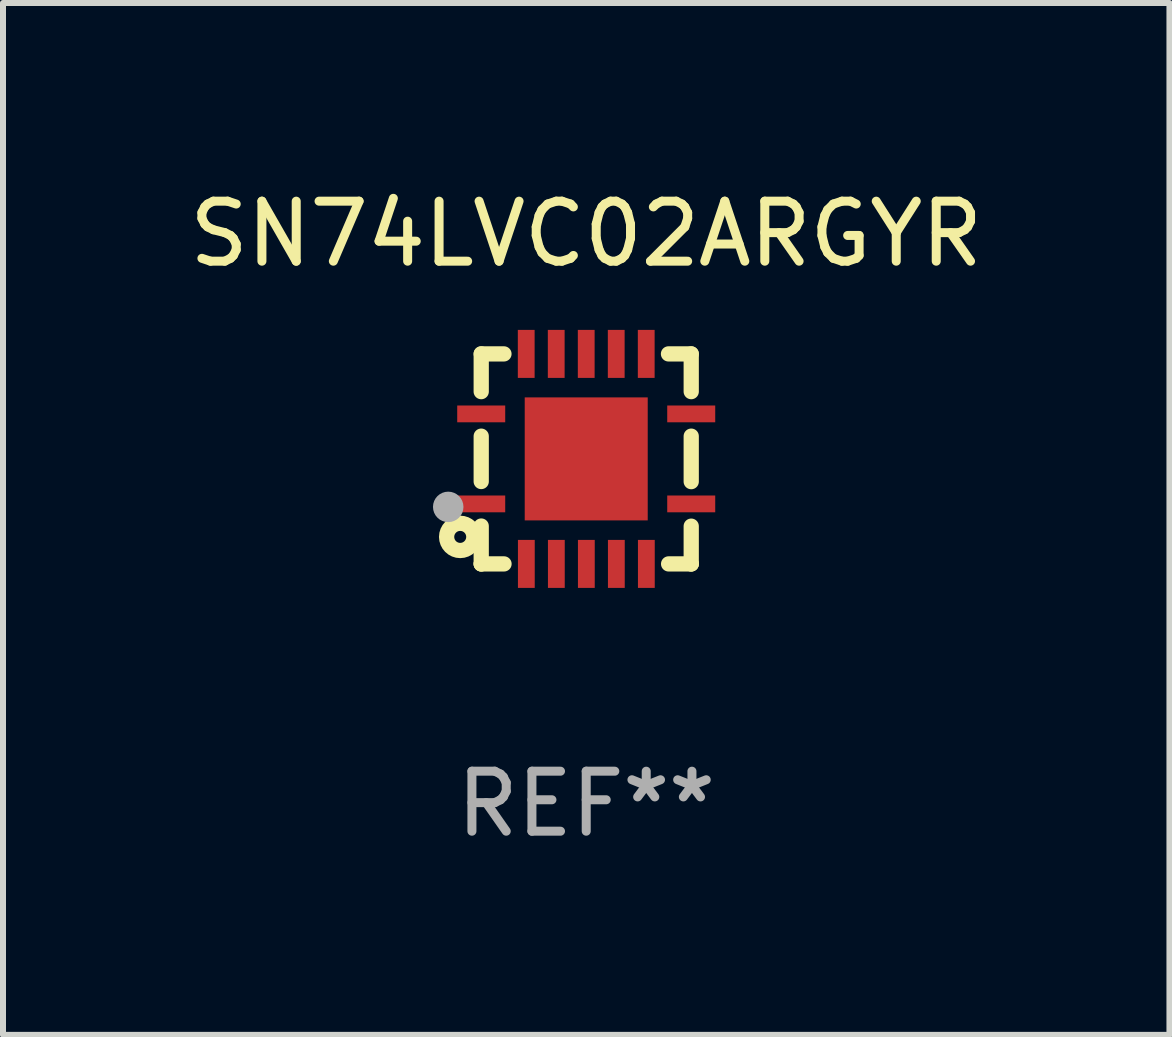
<source format=kicad_pcb>
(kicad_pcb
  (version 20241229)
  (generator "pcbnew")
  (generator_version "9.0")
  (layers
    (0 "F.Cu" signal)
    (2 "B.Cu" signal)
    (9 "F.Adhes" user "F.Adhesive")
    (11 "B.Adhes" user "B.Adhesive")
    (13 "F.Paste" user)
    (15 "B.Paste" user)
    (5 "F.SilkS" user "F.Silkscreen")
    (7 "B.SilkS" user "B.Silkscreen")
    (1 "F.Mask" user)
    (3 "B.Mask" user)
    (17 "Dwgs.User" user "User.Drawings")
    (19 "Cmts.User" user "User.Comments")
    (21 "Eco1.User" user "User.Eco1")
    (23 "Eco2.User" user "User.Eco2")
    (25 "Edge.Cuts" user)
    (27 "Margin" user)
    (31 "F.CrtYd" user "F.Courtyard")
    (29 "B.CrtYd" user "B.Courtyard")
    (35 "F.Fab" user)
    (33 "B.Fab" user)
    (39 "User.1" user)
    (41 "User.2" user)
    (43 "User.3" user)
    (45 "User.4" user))
  (footprint "SN74LVC02ARGYR"
    (layer "F.Cu")
    (at 6.72 4.598)
    (property "Reference" "SN74LVC02ARGYR" (at 0 -3.75 0) (layer "F.SilkS") (effects (font (size 1 1) (thickness 0.15))))
    (attr through_hole)
    (fp_line (start -1.75 1.75) (end -1.37 1.75) (stroke (width 0.254) (type solid)) (layer "F.SilkS"))
    (fp_line (start -1.75 -1.75) (end -1.75 -1.121) (stroke (width 0.254) (type solid)) (layer "F.SilkS"))
    (fp_line (start -1.75 -0.379) (end -1.75 0.377) (stroke (width 0.254) (type solid)) (layer "F.SilkS"))
    (fp_line (start -1.75 1.119) (end -1.75 1.75) (stroke (width 0.254) (type solid)) (layer "F.SilkS"))
    (fp_line (start -1.75 1.75) (end -1.75 1.75) (stroke (width 0.254) (type solid)) (layer "F.SilkS"))
    (fp_line (start -1.371 -1.75) (end -1.75 -1.75) (stroke (width 0.254) (type solid)) (layer "F.SilkS"))
    (fp_line (start 1.373 1.75) (end 1.75 1.75) (stroke (width 0.254) (type solid)) (layer "F.SilkS"))
    (fp_line (start 1.75 1.75) (end 1.75 1.75) (stroke (width 0.254) (type solid)) (layer "F.SilkS"))
    (fp_line (start 1.75 -1.75) (end 1.371 -1.75) (stroke (width 0.254) (type solid)) (layer "F.SilkS"))
    (fp_line (start 1.75 -1.121) (end 1.75 -1.75) (stroke (width 0.254) (type solid)) (layer "F.SilkS"))
    (fp_line (start 1.75 0.379) (end 1.75 -0.379) (stroke (width 0.254) (type solid)) (layer "F.SilkS"))
    (fp_line (start 1.75 1.75) (end 1.75 1.121) (stroke (width 0.254) (type solid)) (layer "F.SilkS"))
    (fp_circle (center -2.1 1.3) (end -2 1.3) (stroke (width 0.254) (type solid)) (fill no) (layer "F.SilkS"))
    (fp_circle (center -1.747 1.751) (end -1.717 1.751) (stroke (width 0.06) (type solid)) (fill no) (layer "F.SilkS"))
    (fp_circle (center -2.3 0.8) (end -2.173 0.8) (stroke (width 0.254) (type solid)) (fill no) (layer "F.Fab"))
    (fp_text user "REF**" (at 0 5.75 0) (layer "F.Fab") (effects (font (size 1 1) (thickness 0.15))))
    (pad "1" smd rect (at -1.75 0.75 270) (size 0.28 0.8) (layers "F.Cu" "F.Mask" "F.Paste"))
    (pad "2" smd rect (at -0.998 1.75 180) (size 0.28 0.8) (layers "F.Cu" "F.Mask" "F.Paste"))
    (pad "3" smd rect (at -0.498 1.75 180) (size 0.28 0.8) (layers "F.Cu" "F.Mask" "F.Paste"))
    (pad "4" smd rect (at 0.002 1.75 180) (size 0.28 0.8) (layers "F.Cu" "F.Mask" "F.Paste"))
    (pad "5" smd rect (at 0.502 1.75 180) (size 0.28 0.8) (layers "F.Cu" "F.Mask" "F.Paste"))
    (pad "6" smd rect (at 1.002 1.75 180) (size 0.28 0.8) (layers "F.Cu" "F.Mask" "F.Paste"))
    (pad "7" smd rect (at 1.75 0.75 270) (size 0.28 0.8) (layers "F.Cu" "F.Mask" "F.Paste"))
    (pad "8" smd rect (at 1.75 -0.75 270) (size 0.28 0.8) (layers "F.Cu" "F.Mask" "F.Paste"))
    (pad "9" smd rect (at 1 -1.75) (size 0.28 0.8) (layers "F.Cu" "F.Mask" "F.Paste"))
    (pad "10" smd rect (at 0.5 -1.75) (size 0.28 0.8) (layers "F.Cu" "F.Mask" "F.Paste"))
    (pad "11" smd rect (at 0 -1.75) (size 0.28 0.8) (layers "F.Cu" "F.Mask" "F.Paste"))
    (pad "12" smd rect (at -0.5 -1.75) (size 0.28 0.8) (layers "F.Cu" "F.Mask" "F.Paste"))
    (pad "13" smd rect (at -1 -1.75) (size 0.28 0.8) (layers "F.Cu" "F.Mask" "F.Paste"))
    (pad "14" smd rect (at -1.75 -0.75 90) (size 0.28 0.8) (layers "F.Cu" "F.Mask" "F.Paste"))
    (pad "15" smd rect (at 0 0 180) (size 2.05 2.05) (layers "F.Cu" "F.Mask" "F.Paste")))
  (gr_rect
    (start -3 -3)
    (end 16.44 14.197)
    (stroke (width 0.1) (type default))
    (fill no)
    (layer "Edge.Cuts")))
</source>
